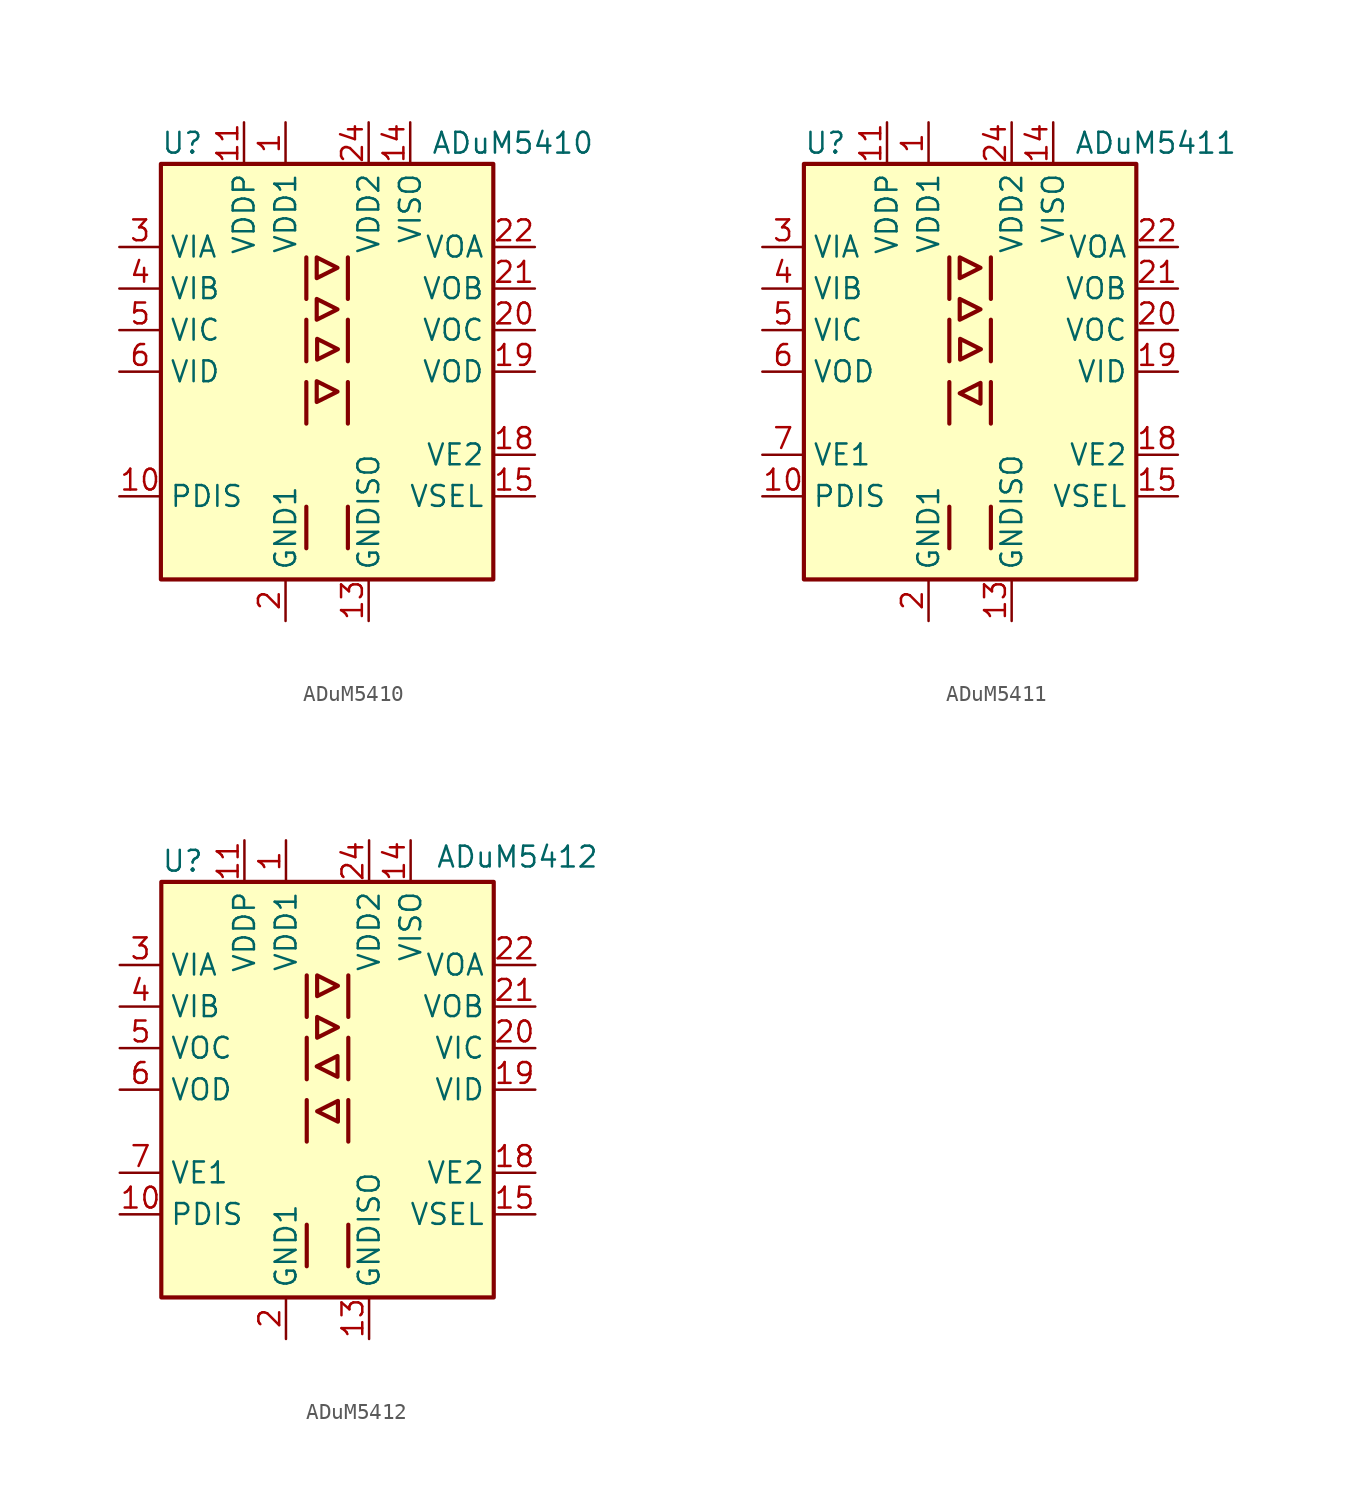
<source format=kicad_sym>
(kicad_symbol_lib
  (version 20201005)
  (generator kicad_symbol_editor)
  (symbol "Isolator_Digital:ADuM5410"
    (property "Reference" "U"
      (at -10.16 13.97 0)
      (effects (font (size 1.27 1.27)) (justify left)))
    (property "Value" "ADuM5410"
      (at 6.35 13.97 0)
      (effects (font (size 1.27 1.27)) (justify left)))
    (symbol "ADuM5410_0_1"
      (rectangle (start -10.16 12.7) (end 10.16 -12.7) (stroke (width 0.254)) (fill (type background)))
      (polyline (pts (xy -1.27 -8.255) (xy -1.27 -10.795)) (stroke (width 0.254)) (fill (type none)))
      (polyline (pts (xy -1.27 -0.635) (xy -1.27 -3.175)) (stroke (width 0.254)) (fill (type none)))
      (polyline (pts (xy -1.27 3.175) (xy -1.27 0.635)) (stroke (width 0.254)) (fill (type none)))
      (polyline (pts (xy -1.27 6.985) (xy -1.27 4.445)) (stroke (width 0.254)) (fill (type none)))
      (polyline (pts (xy 1.27 -8.255) (xy 1.27 -10.795)) (stroke (width 0.254)) (fill (type none)))
      (polyline (pts (xy 1.27 -0.635) (xy 1.27 -3.175)) (stroke (width 0.254)) (fill (type none)))
      (polyline (pts (xy 1.27 3.175) (xy 1.27 0.635)) (stroke (width 0.254)) (fill (type none)))
      (polyline (pts (xy 1.27 6.985) (xy 1.27 4.445)) (stroke (width 0.254)) (fill (type none)))
      (polyline (pts (xy -0.635 -1.854) (xy -0.635 -0.584) (xy 0.635 -1.219) (xy -0.635 -1.854)) (stroke (width 0.254)) (fill (type none)))
      (polyline (pts (xy -0.635 4.445) (xy -0.635 3.175) (xy 0.635 3.81) (xy -0.635 4.445)) (stroke (width 0.254)) (fill (type none)))
      (polyline (pts (xy -0.635 5.715) (xy 0.635 6.35) (xy -0.635 6.985) (xy -0.635 5.715)) (stroke (width 0.254)) (fill (type none)))
      (polyline (pts (xy -0.61 2.007) (xy 0.66 1.372) (xy -0.61 0.737) (xy -0.61 2.007)) (stroke (width 0.254)) (fill (type none))))
    (symbol "ADuM5410_1_1"
      (pin power_in line (at -2.54 15.24 270) (length 2.54) (name "VDD1" (effects (font (size 1.27 1.27)))) (number "1" (effects (font (size 1.27 1.27)))))
      (pin input line (at -12.7 -7.62 0) (length 2.54) (name "PDIS" (effects (font (size 1.27 1.27)))) (number "10" (effects (font (size 1.27 1.27)))))
      (pin power_in line (at -5.08 15.24 270) (length 2.54) (name "VDDP" (effects (font (size 1.27 1.27)))) (number "11" (effects (font (size 1.27 1.27)))))
      (pin passive line (at -2.54 -15.24 90) (length 2.54) hide (name "GND1" (effects (font (size 1.27 1.27)))) (number "12" (effects (font (size 1.27 1.27)))))
      (pin power_in line (at 2.54 -15.24 90) (length 2.54) (name "GNDISO" (effects (font (size 1.27 1.27)))) (number "13" (effects (font (size 1.27 1.27)))))
      (pin power_out line (at 5.08 15.24 270) (length 2.54) (name "VISO" (effects (font (size 1.27 1.27)))) (number "14" (effects (font (size 1.27 1.27)))))
      (pin input line (at 12.7 -7.62 180) (length 2.54) (name "VSEL" (effects (font (size 1.27 1.27)))) (number "15" (effects (font (size 1.27 1.27)))))
      (pin passive line (at 2.54 -15.24 90) (length 2.54) hide (name "GNDISO" (effects (font (size 1.27 1.27)))) (number "16" (effects (font (size 1.27 1.27)))))
      (pin no_connect line (at 10.16 -2.54 180) (length 2.54) hide (name "NC" (effects (font (size 1.27 1.27)))) (number "17" (effects (font (size 1.27 1.27)))))
      (pin input line (at 12.7 -5.08 180) (length 2.54) (name "VE2" (effects (font (size 1.27 1.27)))) (number "18" (effects (font (size 1.27 1.27)))))
      (pin output line (at 12.7 0 180) (length 2.54) (name "VOD" (effects (font (size 1.27 1.27)))) (number "19" (effects (font (size 1.27 1.27)))))
      (pin power_in line (at -2.54 -15.24 90) (length 2.54) (name "GND1" (effects (font (size 1.27 1.27)))) (number "2" (effects (font (size 1.27 1.27)))))
      (pin output line (at 12.7 2.54 180) (length 2.54) (name "VOC" (effects (font (size 1.27 1.27)))) (number "20" (effects (font (size 1.27 1.27)))))
      (pin output line (at 12.7 5.08 180) (length 2.54) (name "VOB" (effects (font (size 1.27 1.27)))) (number "21" (effects (font (size 1.27 1.27)))))
      (pin output line (at 12.7 7.62 180) (length 2.54) (name "VOA" (effects (font (size 1.27 1.27)))) (number "22" (effects (font (size 1.27 1.27)))))
      (pin passive line (at 2.54 -15.24 90) (length 2.54) hide (name "GNDISO" (effects (font (size 1.27 1.27)))) (number "23" (effects (font (size 1.27 1.27)))))
      (pin power_in line (at 2.54 15.24 270) (length 2.54) (name "VDD2" (effects (font (size 1.27 1.27)))) (number "24" (effects (font (size 1.27 1.27)))))
      (pin input line (at -12.7 7.62 0) (length 2.54) (name "VIA" (effects (font (size 1.27 1.27)))) (number "3" (effects (font (size 1.27 1.27)))))
      (pin input line (at -12.7 5.08 0) (length 2.54) (name "VIB" (effects (font (size 1.27 1.27)))) (number "4" (effects (font (size 1.27 1.27)))))
      (pin input line (at -12.7 2.54 0) (length 2.54) (name "VIC" (effects (font (size 1.27 1.27)))) (number "5" (effects (font (size 1.27 1.27)))))
      (pin input line (at -12.7 0 0) (length 2.54) (name "VID" (effects (font (size 1.27 1.27)))) (number "6" (effects (font (size 1.27 1.27)))))
      (pin no_connect line (at -10.16 -5.08 0) (length 2.54) hide (name "NC" (effects (font (size 1.27 1.27)))) (number "7" (effects (font (size 1.27 1.27)))))
      (pin no_connect line (at -10.16 -2.54 0) (length 2.54) hide (name "NC" (effects (font (size 1.27 1.27)))) (number "8" (effects (font (size 1.27 1.27)))))
      (pin passive line (at -2.54 -15.24 90) (length 2.54) hide (name "GND1" (effects (font (size 1.27 1.27)))) (number "9" (effects (font (size 1.27 1.27)))))))
  (symbol "Isolator_Digital:ADuM5411"
    (property "Reference" "U"
      (at -10.16 13.97 0)
      (effects (font (size 1.27 1.27)) (justify left)))
    (property "Value" "ADuM5411"
      (at 6.35 13.97 0)
      (effects (font (size 1.27 1.27)) (justify left)))
    (symbol "ADuM5411_1_1"
      (rectangle (start -10.16 12.7) (end 10.16 -12.7) (stroke (width 0.254)) (fill (type background)))
      (polyline (pts (xy -1.27 -8.255) (xy -1.27 -10.795)) (stroke (width 0.254)) (fill (type none)))
      (polyline (pts (xy -1.27 -0.635) (xy -1.27 -3.175)) (stroke (width 0.254)) (fill (type none)))
      (polyline (pts (xy -1.27 3.175) (xy -1.27 0.635)) (stroke (width 0.254)) (fill (type none)))
      (polyline (pts (xy -1.27 6.985) (xy -1.27 4.445)) (stroke (width 0.254)) (fill (type none)))
      (polyline (pts (xy 1.27 -8.255) (xy 1.27 -10.795)) (stroke (width 0.254)) (fill (type none)))
      (polyline (pts (xy 1.27 -0.635) (xy 1.27 -3.175)) (stroke (width 0.254)) (fill (type none)))
      (polyline (pts (xy 1.27 3.175) (xy 1.27 0.635)) (stroke (width 0.254)) (fill (type none)))
      (polyline (pts (xy 1.27 6.985) (xy 1.27 4.445)) (stroke (width 0.254)) (fill (type none)))
      (polyline (pts (xy -0.635 4.445) (xy -0.635 3.175) (xy 0.635 3.81) (xy -0.635 4.445)) (stroke (width 0.254)) (fill (type none)))
      (polyline (pts (xy -0.635 5.715) (xy 0.635 6.35) (xy -0.635 6.985) (xy -0.635 5.715)) (stroke (width 0.254)) (fill (type none)))
      (polyline (pts (xy -0.61 2.007) (xy 0.66 1.372) (xy -0.61 0.737) (xy -0.61 2.007)) (stroke (width 0.254)) (fill (type none)))
      (polyline (pts (xy 0.635 -0.686) (xy 0.635 -1.956) (xy -0.635 -1.321) (xy 0.635 -0.686)) (stroke (width 0.254)) (fill (type none)))
      (pin power_in line (at -2.54 15.24 270) (length 2.54) (name "VDD1" (effects (font (size 1.27 1.27)))) (number "1" (effects (font (size 1.27 1.27)))))
      (pin input line (at -12.7 -7.62 0) (length 2.54) (name "PDIS" (effects (font (size 1.27 1.27)))) (number "10" (effects (font (size 1.27 1.27)))))
      (pin power_in line (at -5.08 15.24 270) (length 2.54) (name "VDDP" (effects (font (size 1.27 1.27)))) (number "11" (effects (font (size 1.27 1.27)))))
      (pin passive line (at -2.54 -15.24 90) (length 2.54) hide (name "GND1" (effects (font (size 1.27 1.27)))) (number "12" (effects (font (size 1.27 1.27)))))
      (pin power_in line (at 2.54 -15.24 90) (length 2.54) (name "GNDISO" (effects (font (size 1.27 1.27)))) (number "13" (effects (font (size 1.27 1.27)))))
      (pin power_out line (at 5.08 15.24 270) (length 2.54) (name "VISO" (effects (font (size 1.27 1.27)))) (number "14" (effects (font (size 1.27 1.27)))))
      (pin input line (at 12.7 -7.62 180) (length 2.54) (name "VSEL" (effects (font (size 1.27 1.27)))) (number "15" (effects (font (size 1.27 1.27)))))
      (pin passive line (at 2.54 -15.24 90) (length 2.54) hide (name "GNDISO" (effects (font (size 1.27 1.27)))) (number "16" (effects (font (size 1.27 1.27)))))
      (pin no_connect line (at 10.16 -2.54 180) (length 2.54) hide (name "NC" (effects (font (size 1.27 1.27)))) (number "17" (effects (font (size 1.27 1.27)))))
      (pin input line (at 12.7 -5.08 180) (length 2.54) (name "VE2" (effects (font (size 1.27 1.27)))) (number "18" (effects (font (size 1.27 1.27)))))
      (pin input line (at 12.7 0 180) (length 2.54) (name "VID" (effects (font (size 1.27 1.27)))) (number "19" (effects (font (size 1.27 1.27)))))
      (pin power_in line (at -2.54 -15.24 90) (length 2.54) (name "GND1" (effects (font (size 1.27 1.27)))) (number "2" (effects (font (size 1.27 1.27)))))
      (pin output line (at 12.7 2.54 180) (length 2.54) (name "VOC" (effects (font (size 1.27 1.27)))) (number "20" (effects (font (size 1.27 1.27)))))
      (pin output line (at 12.7 5.08 180) (length 2.54) (name "VOB" (effects (font (size 1.27 1.27)))) (number "21" (effects (font (size 1.27 1.27)))))
      (pin output line (at 12.7 7.62 180) (length 2.54) (name "VOA" (effects (font (size 1.27 1.27)))) (number "22" (effects (font (size 1.27 1.27)))))
      (pin passive line (at 2.54 -15.24 90) (length 2.54) hide (name "GNDISO" (effects (font (size 1.27 1.27)))) (number "23" (effects (font (size 1.27 1.27)))))
      (pin power_in line (at 2.54 15.24 270) (length 2.54) (name "VDD2" (effects (font (size 1.27 1.27)))) (number "24" (effects (font (size 1.27 1.27)))))
      (pin input line (at -12.7 7.62 0) (length 2.54) (name "VIA" (effects (font (size 1.27 1.27)))) (number "3" (effects (font (size 1.27 1.27)))))
      (pin input line (at -12.7 5.08 0) (length 2.54) (name "VIB" (effects (font (size 1.27 1.27)))) (number "4" (effects (font (size 1.27 1.27)))))
      (pin input line (at -12.7 2.54 0) (length 2.54) (name "VIC" (effects (font (size 1.27 1.27)))) (number "5" (effects (font (size 1.27 1.27)))))
      (pin output line (at -12.7 0 0) (length 2.54) (name "VOD" (effects (font (size 1.27 1.27)))) (number "6" (effects (font (size 1.27 1.27)))))
      (pin input line (at -12.7 -5.08 0) (length 2.54) (name "VE1" (effects (font (size 1.27 1.27)))) (number "7" (effects (font (size 1.27 1.27)))))
      (pin no_connect line (at -10.16 -2.54 0) (length 2.54) hide (name "NC" (effects (font (size 1.27 1.27)))) (number "8" (effects (font (size 1.27 1.27)))))
      (pin passive line (at -2.54 -15.24 90) (length 2.54) hide (name "GND1" (effects (font (size 1.27 1.27)))) (number "9" (effects (font (size 1.27 1.27)))))))
  (symbol "Isolator_Digital:ADuM5412"
    (property "Reference" "U"
      (at -10.16 13.97 0)
      (effects (font (size 1.27 1.27)) (justify left)))
    (property "Value" "ADuM5412"
      (at 6.604 14.224 0)
      (effects (font (size 1.27 1.27)) (justify left)))
    (symbol "ADuM5412_1_1"
      (rectangle (start -10.16 12.7) (end 10.16 -12.7) (stroke (width 0.254)) (fill (type background)))
      (polyline (pts (xy -1.27 -8.255) (xy -1.27 -10.795)) (stroke (width 0.254)) (fill (type none)))
      (polyline (pts (xy -1.27 -0.635) (xy -1.27 -3.175)) (stroke (width 0.254)) (fill (type none)))
      (polyline (pts (xy -1.27 3.175) (xy -1.27 0.635)) (stroke (width 0.254)) (fill (type none)))
      (polyline (pts (xy -1.27 6.985) (xy -1.27 4.445)) (stroke (width 0.254)) (fill (type none)))
      (polyline (pts (xy 1.27 -8.255) (xy 1.27 -10.795)) (stroke (width 0.254)) (fill (type none)))
      (polyline (pts (xy 1.27 -0.635) (xy 1.27 -3.175)) (stroke (width 0.254)) (fill (type none)))
      (polyline (pts (xy 1.27 3.175) (xy 1.27 0.635)) (stroke (width 0.254)) (fill (type none)))
      (polyline (pts (xy 1.27 6.985) (xy 1.27 4.445)) (stroke (width 0.254)) (fill (type none)))
      (polyline (pts (xy -0.635 4.445) (xy -0.635 3.175) (xy 0.635 3.81) (xy -0.635 4.445)) (stroke (width 0.254)) (fill (type none)))
      (polyline (pts (xy -0.635 5.715) (xy 0.635 6.35) (xy -0.635 6.985) (xy -0.635 5.715)) (stroke (width 0.254)) (fill (type none)))
      (polyline (pts (xy 0.61 0.787) (xy -0.66 1.422) (xy 0.61 2.057) (xy 0.61 0.787)) (stroke (width 0.254)) (fill (type none)))
      (polyline (pts (xy 0.635 -0.686) (xy 0.635 -1.956) (xy -0.635 -1.321) (xy 0.635 -0.686)) (stroke (width 0.254)) (fill (type none)))
      (pin power_in line (at -2.54 15.24 270) (length 2.54) (name "VDD1" (effects (font (size 1.27 1.27)))) (number "1" (effects (font (size 1.27 1.27)))))
      (pin input line (at -12.7 -7.62 0) (length 2.54) (name "PDIS" (effects (font (size 1.27 1.27)))) (number "10" (effects (font (size 1.27 1.27)))))
      (pin power_in line (at -5.08 15.24 270) (length 2.54) (name "VDDP" (effects (font (size 1.27 1.27)))) (number "11" (effects (font (size 1.27 1.27)))))
      (pin passive line (at -2.54 -15.24 90) (length 2.54) hide (name "GND1" (effects (font (size 1.27 1.27)))) (number "12" (effects (font (size 1.27 1.27)))))
      (pin power_in line (at 2.54 -15.24 90) (length 2.54) (name "GNDISO" (effects (font (size 1.27 1.27)))) (number "13" (effects (font (size 1.27 1.27)))))
      (pin power_out line (at 5.08 15.24 270) (length 2.54) (name "VISO" (effects (font (size 1.27 1.27)))) (number "14" (effects (font (size 1.27 1.27)))))
      (pin input line (at 12.7 -7.62 180) (length 2.54) (name "VSEL" (effects (font (size 1.27 1.27)))) (number "15" (effects (font (size 1.27 1.27)))))
      (pin passive line (at 2.54 -15.24 90) (length 2.54) hide (name "GNDISO" (effects (font (size 1.27 1.27)))) (number "16" (effects (font (size 1.27 1.27)))))
      (pin no_connect line (at 10.16 -2.54 180) (length 2.54) hide (name "NC" (effects (font (size 1.27 1.27)))) (number "17" (effects (font (size 1.27 1.27)))))
      (pin input line (at 12.7 -5.08 180) (length 2.54) (name "VE2" (effects (font (size 1.27 1.27)))) (number "18" (effects (font (size 1.27 1.27)))))
      (pin input line (at 12.7 0 180) (length 2.54) (name "VID" (effects (font (size 1.27 1.27)))) (number "19" (effects (font (size 1.27 1.27)))))
      (pin power_in line (at -2.54 -15.24 90) (length 2.54) (name "GND1" (effects (font (size 1.27 1.27)))) (number "2" (effects (font (size 1.27 1.27)))))
      (pin input line (at 12.7 2.54 180) (length 2.54) (name "VIC" (effects (font (size 1.27 1.27)))) (number "20" (effects (font (size 1.27 1.27)))))
      (pin output line (at 12.7 5.08 180) (length 2.54) (name "VOB" (effects (font (size 1.27 1.27)))) (number "21" (effects (font (size 1.27 1.27)))))
      (pin output line (at 12.7 7.62 180) (length 2.54) (name "VOA" (effects (font (size 1.27 1.27)))) (number "22" (effects (font (size 1.27 1.27)))))
      (pin passive line (at 2.54 -15.24 90) (length 2.54) hide (name "GNDISO" (effects (font (size 1.27 1.27)))) (number "23" (effects (font (size 1.27 1.27)))))
      (pin power_in line (at 2.54 15.24 270) (length 2.54) (name "VDD2" (effects (font (size 1.27 1.27)))) (number "24" (effects (font (size 1.27 1.27)))))
      (pin input line (at -12.7 7.62 0) (length 2.54) (name "VIA" (effects (font (size 1.27 1.27)))) (number "3" (effects (font (size 1.27 1.27)))))
      (pin input line (at -12.7 5.08 0) (length 2.54) (name "VIB" (effects (font (size 1.27 1.27)))) (number "4" (effects (font (size 1.27 1.27)))))
      (pin output line (at -12.7 2.54 0) (length 2.54) (name "VOC" (effects (font (size 1.27 1.27)))) (number "5" (effects (font (size 1.27 1.27)))))
      (pin output line (at -12.7 0 0) (length 2.54) (name "VOD" (effects (font (size 1.27 1.27)))) (number "6" (effects (font (size 1.27 1.27)))))
      (pin input line (at -12.7 -5.08 0) (length 2.54) (name "VE1" (effects (font (size 1.27 1.27)))) (number "7" (effects (font (size 1.27 1.27)))))
      (pin no_connect line (at -10.16 -2.54 0) (length 2.54) hide (name "NC" (effects (font (size 1.27 1.27)))) (number "8" (effects (font (size 1.27 1.27)))))
      (pin passive line (at -2.54 -15.24 90) (length 2.54) hide (name "GND1" (effects (font (size 1.27 1.27)))) (number "9" (effects (font (size 1.27 1.27))))))))
</source>
